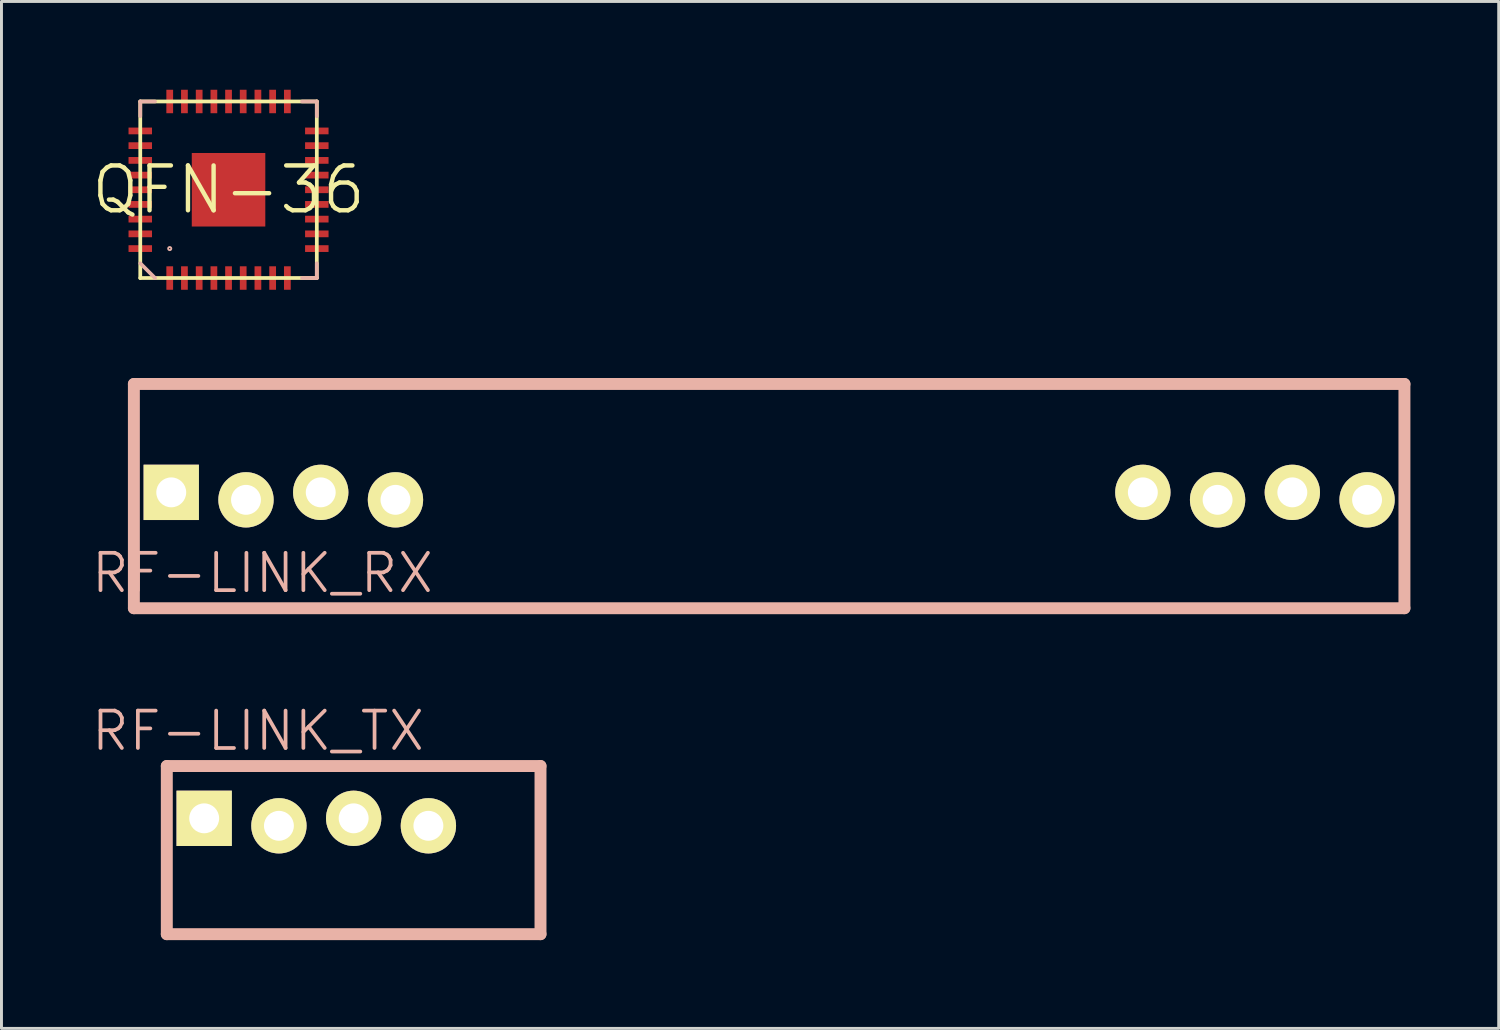
<source format=kicad_pcb>
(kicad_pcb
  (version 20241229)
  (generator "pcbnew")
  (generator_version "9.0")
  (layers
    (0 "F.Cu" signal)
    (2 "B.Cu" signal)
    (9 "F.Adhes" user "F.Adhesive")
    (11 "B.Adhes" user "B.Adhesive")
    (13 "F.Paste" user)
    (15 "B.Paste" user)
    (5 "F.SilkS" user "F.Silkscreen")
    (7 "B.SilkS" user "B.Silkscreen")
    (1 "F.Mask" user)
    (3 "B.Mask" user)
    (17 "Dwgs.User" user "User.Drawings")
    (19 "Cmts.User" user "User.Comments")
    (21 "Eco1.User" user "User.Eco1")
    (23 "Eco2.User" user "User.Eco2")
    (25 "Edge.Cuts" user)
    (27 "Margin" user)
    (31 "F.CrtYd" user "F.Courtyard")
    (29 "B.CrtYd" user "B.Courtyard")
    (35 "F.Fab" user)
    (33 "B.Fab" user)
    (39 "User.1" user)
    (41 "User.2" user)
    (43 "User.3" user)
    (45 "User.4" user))
  (footprint "QFN-36"
    (layer "F.Cu")
    (at 4.717 3.399)
    (property "Reference" "QFN-36" (at 0 0 0) (layer "F.SilkS") (effects (font (size 1.524 1.524) (thickness 0.15))))
    (attr smd)
    (fp_line (start -3 -3) (end 3 -3) (stroke (width 0.127) (type solid)) (layer "F.SilkS"))
    (fp_line (start -3 3) (end -3 -3) (stroke (width 0.127) (type solid)) (layer "F.SilkS"))
    (fp_line (start 3 -3) (end 3 3) (stroke (width 0.127) (type solid)) (layer "F.SilkS"))
    (fp_line (start 3 3) (end -3 3) (stroke (width 0.127) (type solid)) (layer "F.SilkS"))
    (fp_line (start -3 -3) (end -2.499 -3) (stroke (width 0.127) (type solid)) (layer "B.SilkS"))
    (fp_line (start -3 -2.499) (end -3 -3) (stroke (width 0.127) (type solid)) (layer "B.SilkS"))
    (fp_line (start -2.499 3) (end -3 2.499) (stroke (width 0.127) (type solid)) (layer "B.SilkS"))
    (fp_line (start 2.499 -3) (end 3 -3) (stroke (width 0.127) (type solid)) (layer "B.SilkS"))
    (fp_line (start 3 -3) (end 3 -2.499) (stroke (width 0.127) (type solid)) (layer "B.SilkS"))
    (fp_line (start 3 2.499) (end 3 3) (stroke (width 0.127) (type solid)) (layer "B.SilkS"))
    (fp_line (start 3 3) (end 2.499 3) (stroke (width 0.127) (type solid)) (layer "B.SilkS"))
    (fp_circle (center -1.999 1.999) (end -2.037 2.037) (stroke (width 0.064) (type solid)) (fill no) (layer "B.SilkS"))
    (pad "1" smd rect (at -1.999 3 180) (size 0.229 0.798) (layers "F.Cu" "F.Mask" "F.Paste"))
    (pad "2" smd rect (at -1.499 3 180) (size 0.229 0.798) (layers "F.Cu" "F.Mask" "F.Paste"))
    (pad "3" smd rect (at -0.998 3 180) (size 0.229 0.798) (layers "F.Cu" "F.Mask" "F.Paste"))
    (pad "4" smd rect (at -0.498 3 180) (size 0.229 0.798) (layers "F.Cu" "F.Mask" "F.Paste"))
    (pad "5" smd rect (at 0 3 180) (size 0.229 0.798) (layers "F.Cu" "F.Mask" "F.Paste"))
    (pad "6" smd rect (at 0.498 3 180) (size 0.229 0.798) (layers "F.Cu" "F.Mask" "F.Paste"))
    (pad "7" smd rect (at 0.998 3 180) (size 0.229 0.798) (layers "F.Cu" "F.Mask" "F.Paste"))
    (pad "8" smd rect (at 1.499 3 180) (size 0.229 0.798) (layers "F.Cu" "F.Mask" "F.Paste"))
    (pad "9" smd rect (at 1.999 3 180) (size 0.229 0.798) (layers "F.Cu" "F.Mask" "F.Paste"))
    (pad "10" smd rect (at 3 1.999 270) (size 0.229 0.798) (layers "F.Cu" "F.Mask" "F.Paste"))
    (pad "11" smd rect (at 3 1.499 270) (size 0.229 0.798) (layers "F.Cu" "F.Mask" "F.Paste"))
    (pad "12" smd rect (at 3 0.998 90) (size 0.229 0.798) (layers "F.Cu" "F.Mask" "F.Paste"))
    (pad "13" smd rect (at 3 0.498 90) (size 0.229 0.798) (layers "F.Cu" "F.Mask" "F.Paste"))
    (pad "14" smd rect (at 3 0 90) (size 0.229 0.798) (layers "F.Cu" "F.Mask" "F.Paste"))
    (pad "15" smd rect (at 3 -0.498 90) (size 0.229 0.798) (layers "F.Cu" "F.Mask" "F.Paste"))
    (pad "16" smd rect (at 3 -0.998 90) (size 0.229 0.798) (layers "F.Cu" "F.Mask" "F.Paste"))
    (pad "17" smd rect (at 3 -1.499 90) (size 0.229 0.798) (layers "F.Cu" "F.Mask" "F.Paste"))
    (pad "18" smd rect (at 3 -1.999 90) (size 0.229 0.798) (layers "F.Cu" "F.Mask" "F.Paste"))
    (pad "19" smd rect (at 1.999 -3 180) (size 0.229 0.798) (layers "F.Cu" "F.Mask" "F.Paste"))
    (pad "20" smd rect (at 1.499 -3 180) (size 0.229 0.798) (layers "F.Cu" "F.Mask" "F.Paste"))
    (pad "21" smd rect (at 0.998 -3 180) (size 0.229 0.798) (layers "F.Cu" "F.Mask" "F.Paste"))
    (pad "22" smd rect (at 0.498 -3 180) (size 0.229 0.798) (layers "F.Cu" "F.Mask" "F.Paste"))
    (pad "23" smd rect (at 0 -3 180) (size 0.229 0.798) (layers "F.Cu" "F.Mask" "F.Paste"))
    (pad "24" smd rect (at -0.498 -3 180) (size 0.229 0.798) (layers "F.Cu" "F.Mask" "F.Paste"))
    (pad "25" smd rect (at -0.998 -3 180) (size 0.229 0.798) (layers "F.Cu" "F.Mask" "F.Paste"))
    (pad "26" smd rect (at -1.499 -3 180) (size 0.229 0.798) (layers "F.Cu" "F.Mask" "F.Paste"))
    (pad "27" smd rect (at -1.999 -3 180) (size 0.229 0.798) (layers "F.Cu" "F.Mask" "F.Paste"))
    (pad "28" smd rect (at -3 -1.999 90) (size 0.229 0.798) (layers "F.Cu" "F.Mask" "F.Paste"))
    (pad "29" smd rect (at -3 -1.499 90) (size 0.229 0.798) (layers "F.Cu" "F.Mask" "F.Paste"))
    (pad "30" smd rect (at -3 -0.998 90) (size 0.229 0.798) (layers "F.Cu" "F.Mask" "F.Paste"))
    (pad "31" smd rect (at -3 -0.498 90) (size 0.229 0.798) (layers "F.Cu" "F.Mask" "F.Paste"))
    (pad "32" smd rect (at -3 0 90) (size 0.229 0.798) (layers "F.Cu" "F.Mask" "F.Paste"))
    (pad "33" smd rect (at -3 0.498 90) (size 0.229 0.798) (layers "F.Cu" "F.Mask" "F.Paste"))
    (pad "34" smd rect (at -3 0.998 90) (size 0.229 0.798) (layers "F.Cu" "F.Mask" "F.Paste"))
    (pad "35" smd rect (at -3 1.499 90) (size 0.229 0.798) (layers "F.Cu" "F.Mask" "F.Paste"))
    (pad "36" smd rect (at -3 1.999 90) (size 0.229 0.798) (layers "F.Cu" "F.Mask" "F.Paste"))
    (pad "P$37" smd rect (at 0 0) (size 2.499 2.499) (layers "F.Cu" "F.Mask" "F.Paste")))
  (footprint "RF-LINK_RX"
    (layer "F.Cu")
    (at 2.77 13.81)
    (property "Reference" "RF-LINK_RX" (at 3.099 2.616 0) (layer "B.SilkS") (effects (font (size 1.27 1.27) (thickness 0.127))))
    (attr exclude_from_pos_files exclude_from_bom)
    (fp_line (start -0.254 -0.254) (end 0.254 -0.254) (stroke (width 0.066) (type solid)) (layer "F.SilkS"))
    (fp_line (start -0.254 0.254) (end -0.254 -0.254) (stroke (width 0.066) (type solid)) (layer "F.SilkS"))
    (fp_line (start -0.254 0.254) (end 0.254 0.254) (stroke (width 0.066) (type solid)) (layer "F.SilkS"))
    (fp_line (start 0.254 0.254) (end 0.254 -0.254) (stroke (width 0.066) (type solid)) (layer "F.SilkS"))
    (fp_line (start 2.286 -0.254) (end 2.794 -0.254) (stroke (width 0.066) (type solid)) (layer "F.SilkS"))
    (fp_line (start 2.286 0.254) (end 2.286 -0.254) (stroke (width 0.066) (type solid)) (layer "F.SilkS"))
    (fp_line (start 2.286 0.254) (end 2.794 0.254) (stroke (width 0.066) (type solid)) (layer "F.SilkS"))
    (fp_line (start 2.794 0.254) (end 2.794 -0.254) (stroke (width 0.066) (type solid)) (layer "F.SilkS"))
    (fp_line (start 4.826 -0.254) (end 5.334 -0.254) (stroke (width 0.066) (type solid)) (layer "F.SilkS"))
    (fp_line (start 4.826 0.254) (end 4.826 -0.254) (stroke (width 0.066) (type solid)) (layer "F.SilkS"))
    (fp_line (start 4.826 0.254) (end 5.334 0.254) (stroke (width 0.066) (type solid)) (layer "F.SilkS"))
    (fp_line (start 5.334 0.254) (end 5.334 -0.254) (stroke (width 0.066) (type solid)) (layer "F.SilkS"))
    (fp_line (start 7.366 -0.254) (end 7.874 -0.254) (stroke (width 0.066) (type solid)) (layer "F.SilkS"))
    (fp_line (start 7.366 0.254) (end 7.366 -0.254) (stroke (width 0.066) (type solid)) (layer "F.SilkS"))
    (fp_line (start 7.366 0.254) (end 7.874 0.254) (stroke (width 0.066) (type solid)) (layer "F.SilkS"))
    (fp_line (start 7.874 0.254) (end 7.874 -0.254) (stroke (width 0.066) (type solid)) (layer "F.SilkS"))
    (fp_line (start 32.766 -0.254) (end 33.274 -0.254) (stroke (width 0.066) (type solid)) (layer "F.SilkS"))
    (fp_line (start 32.766 0.254) (end 32.766 -0.254) (stroke (width 0.066) (type solid)) (layer "F.SilkS"))
    (fp_line (start 32.766 0.254) (end 33.274 0.254) (stroke (width 0.066) (type solid)) (layer "F.SilkS"))
    (fp_line (start 33.274 0.254) (end 33.274 -0.254) (stroke (width 0.066) (type solid)) (layer "F.SilkS"))
    (fp_line (start 35.303 -0.254) (end 35.814 -0.254) (stroke (width 0.066) (type solid)) (layer "F.SilkS"))
    (fp_line (start 35.303 0.254) (end 35.303 -0.254) (stroke (width 0.066) (type solid)) (layer "F.SilkS"))
    (fp_line (start 35.303 0.254) (end 35.814 0.254) (stroke (width 0.066) (type solid)) (layer "F.SilkS"))
    (fp_line (start 35.814 0.254) (end 35.814 -0.254) (stroke (width 0.066) (type solid)) (layer "F.SilkS"))
    (fp_line (start 37.846 -0.254) (end 38.354 -0.254) (stroke (width 0.066) (type solid)) (layer "F.SilkS"))
    (fp_line (start 37.846 0.254) (end 37.846 -0.254) (stroke (width 0.066) (type solid)) (layer "F.SilkS"))
    (fp_line (start 37.846 0.254) (end 38.354 0.254) (stroke (width 0.066) (type solid)) (layer "F.SilkS"))
    (fp_line (start 38.354 0.254) (end 38.354 -0.254) (stroke (width 0.066) (type solid)) (layer "F.SilkS"))
    (fp_line (start 40.386 -0.254) (end 40.894 -0.254) (stroke (width 0.066) (type solid)) (layer "F.SilkS"))
    (fp_line (start 40.386 0.254) (end 40.386 -0.254) (stroke (width 0.066) (type solid)) (layer "F.SilkS"))
    (fp_line (start 40.386 0.254) (end 40.894 0.254) (stroke (width 0.066) (type solid)) (layer "F.SilkS"))
    (fp_line (start 40.894 0.254) (end 40.894 -0.254) (stroke (width 0.066) (type solid)) (layer "F.SilkS"))
    (fp_line (start -1.27 -3.81) (end -1.27 3.81) (stroke (width 0.406) (type solid)) (layer "B.SilkS"))
    (fp_line (start -1.27 3.81) (end 41.91 3.81) (stroke (width 0.406) (type solid)) (layer "B.SilkS"))
    (fp_line (start 41.91 -3.81) (end -1.27 -3.81) (stroke (width 0.406) (type solid)) (layer "B.SilkS"))
    (fp_line (start 41.91 3.81) (end 41.91 -3.81) (stroke (width 0.406) (type solid)) (layer "B.SilkS"))
    (pad "+5V@" thru_hole circle (at 7.62 0.127) (size 1.88 1.88) (drill 1.016) (layers "*.Cu" "F.Mask" "F.SilkS" "F.Paste"))
    (pad "+5V@" thru_hole circle (at 33.02 -0.127) (size 1.88 1.88) (drill 1.016) (layers "*.Cu" "F.Mask" "F.SilkS" "F.Paste"))
    (pad "ANT" thru_hole circle (at 40.64 0.127) (size 1.88 1.88) (drill 1.016) (layers "*.Cu" "F.Mask" "F.SilkS" "F.Paste"))
    (pad "DATA" thru_hole circle (at 2.54 0.127) (size 1.88 1.88) (drill 1.016) (layers "*.Cu" "F.Mask" "F.SilkS" "F.Paste"))
    (pad "DATA" thru_hole circle (at 5.08 -0.127) (size 1.88 1.88) (drill 1.016) (layers "*.Cu" "F.Mask" "F.SilkS" "F.Paste"))
    (pad "GND@" thru_hole rect (at 0 -0.127) (size 1.88 1.88) (drill 1.016) (layers "*.Cu" "F.Mask" "F.SilkS" "F.Paste"))
    (pad "GND@" thru_hole circle (at 35.56 0.127) (size 1.88 1.88) (drill 1.016) (layers "*.Cu" "F.Mask" "F.SilkS" "F.Paste"))
    (pad "GND@" thru_hole circle (at 38.1 -0.127) (size 1.88 1.88) (drill 1.016) (layers "*.Cu" "F.Mask" "F.SilkS" "F.Paste")))
  (footprint "RF-LINK_TX"
    (layer "F.Cu")
    (at 3.889 24.888)
    (property "Reference" "RF-LINK_TX" (at 1.829 -3.099 0) (layer "B.SilkS") (effects (font (size 1.27 1.27) (thickness 0.127))))
    (attr exclude_from_pos_files exclude_from_bom)
    (fp_line (start -0.254 -0.254) (end 0.254 -0.254) (stroke (width 0.066) (type solid)) (layer "F.SilkS"))
    (fp_line (start -0.254 0.254) (end -0.254 -0.254) (stroke (width 0.066) (type solid)) (layer "F.SilkS"))
    (fp_line (start -0.254 0.254) (end 0.254 0.254) (stroke (width 0.066) (type solid)) (layer "F.SilkS"))
    (fp_line (start 0.254 0.254) (end 0.254 -0.254) (stroke (width 0.066) (type solid)) (layer "F.SilkS"))
    (fp_line (start 2.286 -0.254) (end 2.794 -0.254) (stroke (width 0.066) (type solid)) (layer "F.SilkS"))
    (fp_line (start 2.286 0.254) (end 2.286 -0.254) (stroke (width 0.066) (type solid)) (layer "F.SilkS"))
    (fp_line (start 2.286 0.254) (end 2.794 0.254) (stroke (width 0.066) (type solid)) (layer "F.SilkS"))
    (fp_line (start 2.794 0.254) (end 2.794 -0.254) (stroke (width 0.066) (type solid)) (layer "F.SilkS"))
    (fp_line (start 4.826 -0.254) (end 5.334 -0.254) (stroke (width 0.066) (type solid)) (layer "F.SilkS"))
    (fp_line (start 4.826 0.254) (end 4.826 -0.254) (stroke (width 0.066) (type solid)) (layer "F.SilkS"))
    (fp_line (start 4.826 0.254) (end 5.334 0.254) (stroke (width 0.066) (type solid)) (layer "F.SilkS"))
    (fp_line (start 5.334 0.254) (end 5.334 -0.254) (stroke (width 0.066) (type solid)) (layer "F.SilkS"))
    (fp_line (start 7.366 -0.254) (end 7.874 -0.254) (stroke (width 0.066) (type solid)) (layer "F.SilkS"))
    (fp_line (start 7.366 0.254) (end 7.366 -0.254) (stroke (width 0.066) (type solid)) (layer "F.SilkS"))
    (fp_line (start 7.366 0.254) (end 7.874 0.254) (stroke (width 0.066) (type solid)) (layer "F.SilkS"))
    (fp_line (start 7.874 0.254) (end 7.874 -0.254) (stroke (width 0.066) (type solid)) (layer "F.SilkS"))
    (fp_line (start -1.27 -1.905) (end -1.27 3.81) (stroke (width 0.406) (type solid)) (layer "B.SilkS"))
    (fp_line (start -1.27 3.81) (end 11.43 3.81) (stroke (width 0.406) (type solid)) (layer "B.SilkS"))
    (fp_line (start 11.43 -1.905) (end -1.27 -1.905) (stroke (width 0.406) (type solid)) (layer "B.SilkS"))
    (fp_line (start 11.43 3.81) (end 11.43 -1.905) (stroke (width 0.406) (type solid)) (layer "B.SilkS"))
    (pad "ANT" thru_hole circle (at 7.62 0.127) (size 1.88 1.88) (drill 1.016) (layers "*.Cu" "F.Mask" "F.SilkS" "F.Paste"))
    (pad "DATA" thru_hole circle (at 2.54 0.127) (size 1.88 1.88) (drill 1.016) (layers "*.Cu" "F.Mask" "F.SilkS" "F.Paste"))
    (pad "GND" thru_hole rect (at 0 -0.127) (size 1.88 1.88) (drill 1.016) (layers "*.Cu" "F.Mask" "F.SilkS" "F.Paste"))
    (pad "VCC" thru_hole circle (at 5.08 -0.127) (size 1.88 1.88) (drill 1.016) (layers "*.Cu" "F.Mask" "F.SilkS" "F.Paste")))
  (gr_rect
    (start -3 -3)
    (end 47.884 31.901)
    (stroke (width 0.1) (type default))
    (fill no)
    (layer "Edge.Cuts")))
</source>
